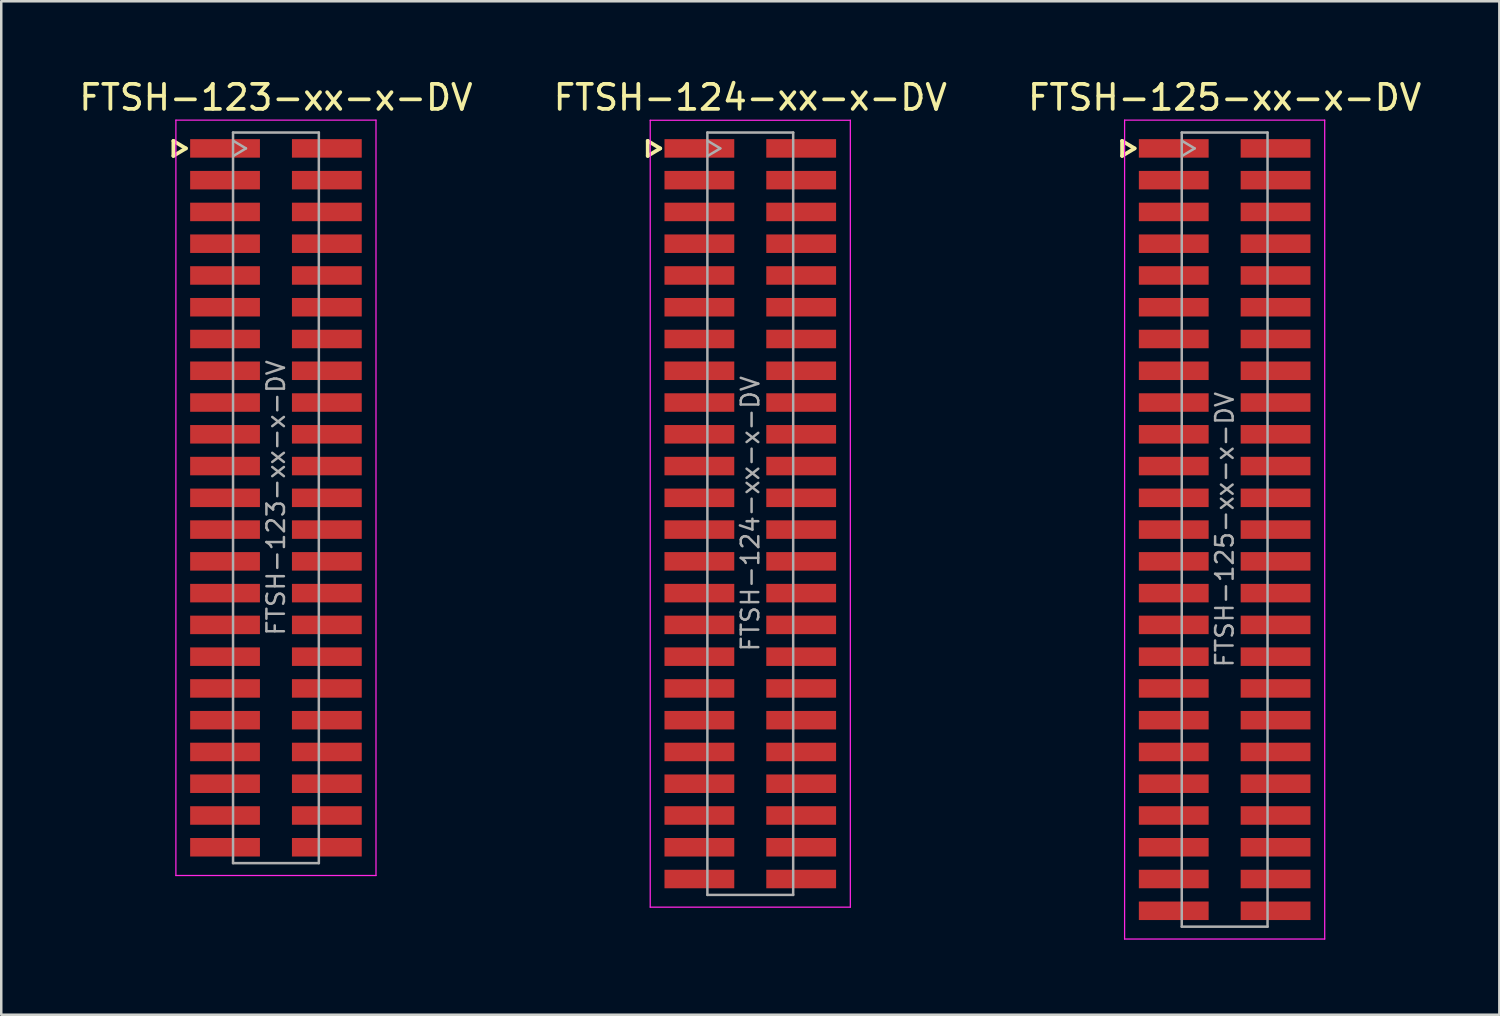
<source format=kicad_pcb>
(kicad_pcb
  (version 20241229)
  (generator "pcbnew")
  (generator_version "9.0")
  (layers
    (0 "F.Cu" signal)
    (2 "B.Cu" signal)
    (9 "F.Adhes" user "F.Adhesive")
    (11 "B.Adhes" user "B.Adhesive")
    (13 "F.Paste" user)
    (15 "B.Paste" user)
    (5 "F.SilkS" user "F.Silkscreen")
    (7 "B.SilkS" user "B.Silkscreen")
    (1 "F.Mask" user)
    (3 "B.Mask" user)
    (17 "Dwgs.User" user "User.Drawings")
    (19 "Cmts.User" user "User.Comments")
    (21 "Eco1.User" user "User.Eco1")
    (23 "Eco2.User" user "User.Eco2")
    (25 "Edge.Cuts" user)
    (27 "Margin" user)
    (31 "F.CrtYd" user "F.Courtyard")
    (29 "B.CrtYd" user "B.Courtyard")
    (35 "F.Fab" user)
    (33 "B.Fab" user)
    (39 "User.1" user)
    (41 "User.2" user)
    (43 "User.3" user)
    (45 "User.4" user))
  (footprint "FTSH-124-xx-x-DV"
    (layer "F.Cu")
    (at 26.946 17.488)
    (property "Reference" "FTSH-124-xx-x-DV" (at 0 -16.64 0) (layer "F.SilkS") (effects (font (size 1 1) (thickness 0.15))))
    (attr smd)
    (fp_line (start -4.1 -14.905) (end -4.1 -14.305) (stroke (width 0.15) (type solid)) (layer "F.SilkS"))
    (fp_line (start -4.1 -14.305) (end -3.6 -14.605) (stroke (width 0.15) (type solid)) (layer "F.SilkS"))
    (fp_line (start -3.6 -14.605) (end -4.1 -14.905) (stroke (width 0.15) (type solid)) (layer "F.SilkS"))
    (fp_line (start -4 -15.73) (end 4 -15.73) (stroke (width 0.05) (type solid)) (layer "F.CrtYd"))
    (fp_line (start -4 15.73) (end -4 -15.73) (stroke (width 0.05) (type solid)) (layer "F.CrtYd"))
    (fp_line (start 4 -15.73) (end 4 15.73) (stroke (width 0.05) (type solid)) (layer "F.CrtYd"))
    (fp_line (start 4 15.73) (end -4 15.73) (stroke (width 0.05) (type solid)) (layer "F.CrtYd"))
    (fp_line (start -1.715 -15.24) (end -1.715 15.24) (stroke (width 0.1) (type solid)) (layer "F.Fab"))
    (fp_line (start -1.715 -15.24) (end 1.715 -15.24) (stroke (width 0.1) (type solid)) (layer "F.Fab"))
    (fp_line (start -1.715 15.24) (end 1.715 15.24) (stroke (width 0.1) (type solid)) (layer "F.Fab"))
    (fp_line (start -1.7 -14.305) (end -1.2 -14.605) (stroke (width 0.1) (type solid)) (layer "F.Fab"))
    (fp_line (start -1.2 -14.605) (end -1.7 -14.905) (stroke (width 0.1) (type solid)) (layer "F.Fab"))
    (fp_line (start 1.715 -15.24) (end 1.715 15.24) (stroke (width 0.1) (type solid)) (layer "F.Fab"))
    (fp_text user "${REFERENCE}" (at 0 0 270) (layer "F.Fab") (effects (font (size 0.7 0.7) (thickness 0.1))))
    (pad "1" smd rect (at -2.035 -14.605) (size 2.79 0.74) (layers "F.Cu" "F.Mask" "F.Paste"))
    (pad "2" smd rect (at 2.035 -14.605) (size 2.79 0.74) (layers "F.Cu" "F.Mask" "F.Paste"))
    (pad "3" smd rect (at -2.035 -13.335) (size 2.79 0.74) (layers "F.Cu" "F.Mask" "F.Paste"))
    (pad "4" smd rect (at 2.035 -13.335) (size 2.79 0.74) (layers "F.Cu" "F.Mask" "F.Paste"))
    (pad "5" smd rect (at -2.035 -12.065) (size 2.79 0.74) (layers "F.Cu" "F.Mask" "F.Paste"))
    (pad "6" smd rect (at 2.035 -12.065) (size 2.79 0.74) (layers "F.Cu" "F.Mask" "F.Paste"))
    (pad "7" smd rect (at -2.035 -10.795) (size 2.79 0.74) (layers "F.Cu" "F.Mask" "F.Paste"))
    (pad "8" smd rect (at 2.035 -10.795) (size 2.79 0.74) (layers "F.Cu" "F.Mask" "F.Paste"))
    (pad "9" smd rect (at -2.035 -9.525) (size 2.79 0.74) (layers "F.Cu" "F.Mask" "F.Paste"))
    (pad "10" smd rect (at 2.035 -9.525) (size 2.79 0.74) (layers "F.Cu" "F.Mask" "F.Paste"))
    (pad "11" smd rect (at -2.035 -8.255) (size 2.79 0.74) (layers "F.Cu" "F.Mask" "F.Paste"))
    (pad "12" smd rect (at 2.035 -8.255) (size 2.79 0.74) (layers "F.Cu" "F.Mask" "F.Paste"))
    (pad "13" smd rect (at -2.035 -6.985) (size 2.79 0.74) (layers "F.Cu" "F.Mask" "F.Paste"))
    (pad "14" smd rect (at 2.035 -6.985) (size 2.79 0.74) (layers "F.Cu" "F.Mask" "F.Paste"))
    (pad "15" smd rect (at -2.035 -5.715) (size 2.79 0.74) (layers "F.Cu" "F.Mask" "F.Paste"))
    (pad "16" smd rect (at 2.035 -5.715) (size 2.79 0.74) (layers "F.Cu" "F.Mask" "F.Paste"))
    (pad "17" smd rect (at -2.035 -4.445) (size 2.79 0.74) (layers "F.Cu" "F.Mask" "F.Paste"))
    (pad "18" smd rect (at 2.035 -4.445) (size 2.79 0.74) (layers "F.Cu" "F.Mask" "F.Paste"))
    (pad "19" smd rect (at -2.035 -3.175) (size 2.79 0.74) (layers "F.Cu" "F.Mask" "F.Paste"))
    (pad "20" smd rect (at 2.035 -3.175) (size 2.79 0.74) (layers "F.Cu" "F.Mask" "F.Paste"))
    (pad "21" smd rect (at -2.035 -1.905) (size 2.79 0.74) (layers "F.Cu" "F.Mask" "F.Paste"))
    (pad "22" smd rect (at 2.035 -1.905) (size 2.79 0.74) (layers "F.Cu" "F.Mask" "F.Paste"))
    (pad "23" smd rect (at -2.035 -0.635) (size 2.79 0.74) (layers "F.Cu" "F.Mask" "F.Paste"))
    (pad "24" smd rect (at 2.035 -0.635) (size 2.79 0.74) (layers "F.Cu" "F.Mask" "F.Paste"))
    (pad "25" smd rect (at -2.035 0.635) (size 2.79 0.74) (layers "F.Cu" "F.Mask" "F.Paste"))
    (pad "26" smd rect (at 2.035 0.635) (size 2.79 0.74) (layers "F.Cu" "F.Mask" "F.Paste"))
    (pad "27" smd rect (at -2.035 1.905) (size 2.79 0.74) (layers "F.Cu" "F.Mask" "F.Paste"))
    (pad "28" smd rect (at 2.035 1.905) (size 2.79 0.74) (layers "F.Cu" "F.Mask" "F.Paste"))
    (pad "29" smd rect (at -2.035 3.175) (size 2.79 0.74) (layers "F.Cu" "F.Mask" "F.Paste"))
    (pad "30" smd rect (at 2.035 3.175) (size 2.79 0.74) (layers "F.Cu" "F.Mask" "F.Paste"))
    (pad "31" smd rect (at -2.035 4.445) (size 2.79 0.74) (layers "F.Cu" "F.Mask" "F.Paste"))
    (pad "32" smd rect (at 2.035 4.445) (size 2.79 0.74) (layers "F.Cu" "F.Mask" "F.Paste"))
    (pad "33" smd rect (at -2.035 5.715) (size 2.79 0.74) (layers "F.Cu" "F.Mask" "F.Paste"))
    (pad "34" smd rect (at 2.035 5.715) (size 2.79 0.74) (layers "F.Cu" "F.Mask" "F.Paste"))
    (pad "35" smd rect (at -2.035 6.985) (size 2.79 0.74) (layers "F.Cu" "F.Mask" "F.Paste"))
    (pad "36" smd rect (at 2.035 6.985) (size 2.79 0.74) (layers "F.Cu" "F.Mask" "F.Paste"))
    (pad "37" smd rect (at -2.035 8.255) (size 2.79 0.74) (layers "F.Cu" "F.Mask" "F.Paste"))
    (pad "38" smd rect (at 2.035 8.255) (size 2.79 0.74) (layers "F.Cu" "F.Mask" "F.Paste"))
    (pad "39" smd rect (at -2.035 9.525) (size 2.79 0.74) (layers "F.Cu" "F.Mask" "F.Paste"))
    (pad "40" smd rect (at 2.035 9.525) (size 2.79 0.74) (layers "F.Cu" "F.Mask" "F.Paste"))
    (pad "41" smd rect (at -2.035 10.795) (size 2.79 0.74) (layers "F.Cu" "F.Mask" "F.Paste"))
    (pad "42" smd rect (at 2.035 10.795) (size 2.79 0.74) (layers "F.Cu" "F.Mask" "F.Paste"))
    (pad "43" smd rect (at -2.035 12.065) (size 2.79 0.74) (layers "F.Cu" "F.Mask" "F.Paste"))
    (pad "44" smd rect (at 2.035 12.065) (size 2.79 0.74) (layers "F.Cu" "F.Mask" "F.Paste"))
    (pad "45" smd rect (at -2.035 13.335) (size 2.79 0.74) (layers "F.Cu" "F.Mask" "F.Paste"))
    (pad "46" smd rect (at 2.035 13.335) (size 2.79 0.74) (layers "F.Cu" "F.Mask" "F.Paste"))
    (pad "47" smd rect (at -2.035 14.605) (size 2.79 0.74) (layers "F.Cu" "F.Mask" "F.Paste"))
    (pad "48" smd rect (at 2.035 14.605) (size 2.79 0.74) (layers "F.Cu" "F.Mask" "F.Paste")))
  (footprint "FTSH-125-xx-x-DV"
    (layer "F.Cu")
    (at 45.911 18.123)
    (property "Reference" "FTSH-125-xx-x-DV" (at 0 -17.275 0) (layer "F.SilkS") (effects (font (size 1 1) (thickness 0.15))))
    (attr smd)
    (fp_line (start -4.1 -15.54) (end -4.1 -14.94) (stroke (width 0.15) (type solid)) (layer "F.SilkS"))
    (fp_line (start -4.1 -14.94) (end -3.6 -15.24) (stroke (width 0.15) (type solid)) (layer "F.SilkS"))
    (fp_line (start -3.6 -15.24) (end -4.1 -15.54) (stroke (width 0.15) (type solid)) (layer "F.SilkS"))
    (fp_line (start -4 -16.37) (end 4 -16.37) (stroke (width 0.05) (type solid)) (layer "F.CrtYd"))
    (fp_line (start -4 16.37) (end -4 -16.37) (stroke (width 0.05) (type solid)) (layer "F.CrtYd"))
    (fp_line (start 4 -16.37) (end 4 16.37) (stroke (width 0.05) (type solid)) (layer "F.CrtYd"))
    (fp_line (start 4 16.37) (end -4 16.37) (stroke (width 0.05) (type solid)) (layer "F.CrtYd"))
    (fp_line (start -1.715 -15.875) (end -1.715 15.875) (stroke (width 0.1) (type solid)) (layer "F.Fab"))
    (fp_line (start -1.715 -15.875) (end 1.715 -15.875) (stroke (width 0.1) (type solid)) (layer "F.Fab"))
    (fp_line (start -1.715 15.875) (end 1.715 15.875) (stroke (width 0.1) (type solid)) (layer "F.Fab"))
    (fp_line (start -1.7 -14.94) (end -1.2 -15.24) (stroke (width 0.1) (type solid)) (layer "F.Fab"))
    (fp_line (start -1.2 -15.24) (end -1.7 -15.54) (stroke (width 0.1) (type solid)) (layer "F.Fab"))
    (fp_line (start 1.715 -15.875) (end 1.715 15.875) (stroke (width 0.1) (type solid)) (layer "F.Fab"))
    (fp_text user "${REFERENCE}" (at 0 0 270) (layer "F.Fab") (effects (font (size 0.7 0.7) (thickness 0.1))))
    (pad "1" smd rect (at -2.035 -15.24) (size 2.79 0.74) (layers "F.Cu" "F.Mask" "F.Paste"))
    (pad "2" smd rect (at 2.035 -15.24) (size 2.79 0.74) (layers "F.Cu" "F.Mask" "F.Paste"))
    (pad "3" smd rect (at -2.035 -13.97) (size 2.79 0.74) (layers "F.Cu" "F.Mask" "F.Paste"))
    (pad "4" smd rect (at 2.035 -13.97) (size 2.79 0.74) (layers "F.Cu" "F.Mask" "F.Paste"))
    (pad "5" smd rect (at -2.035 -12.7) (size 2.79 0.74) (layers "F.Cu" "F.Mask" "F.Paste"))
    (pad "6" smd rect (at 2.035 -12.7) (size 2.79 0.74) (layers "F.Cu" "F.Mask" "F.Paste"))
    (pad "7" smd rect (at -2.035 -11.43) (size 2.79 0.74) (layers "F.Cu" "F.Mask" "F.Paste"))
    (pad "8" smd rect (at 2.035 -11.43) (size 2.79 0.74) (layers "F.Cu" "F.Mask" "F.Paste"))
    (pad "9" smd rect (at -2.035 -10.16) (size 2.79 0.74) (layers "F.Cu" "F.Mask" "F.Paste"))
    (pad "10" smd rect (at 2.035 -10.16) (size 2.79 0.74) (layers "F.Cu" "F.Mask" "F.Paste"))
    (pad "11" smd rect (at -2.035 -8.89) (size 2.79 0.74) (layers "F.Cu" "F.Mask" "F.Paste"))
    (pad "12" smd rect (at 2.035 -8.89) (size 2.79 0.74) (layers "F.Cu" "F.Mask" "F.Paste"))
    (pad "13" smd rect (at -2.035 -7.62) (size 2.79 0.74) (layers "F.Cu" "F.Mask" "F.Paste"))
    (pad "14" smd rect (at 2.035 -7.62) (size 2.79 0.74) (layers "F.Cu" "F.Mask" "F.Paste"))
    (pad "15" smd rect (at -2.035 -6.35) (size 2.79 0.74) (layers "F.Cu" "F.Mask" "F.Paste"))
    (pad "16" smd rect (at 2.035 -6.35) (size 2.79 0.74) (layers "F.Cu" "F.Mask" "F.Paste"))
    (pad "17" smd rect (at -2.035 -5.08) (size 2.79 0.74) (layers "F.Cu" "F.Mask" "F.Paste"))
    (pad "18" smd rect (at 2.035 -5.08) (size 2.79 0.74) (layers "F.Cu" "F.Mask" "F.Paste"))
    (pad "19" smd rect (at -2.035 -3.81) (size 2.79 0.74) (layers "F.Cu" "F.Mask" "F.Paste"))
    (pad "20" smd rect (at 2.035 -3.81) (size 2.79 0.74) (layers "F.Cu" "F.Mask" "F.Paste"))
    (pad "21" smd rect (at -2.035 -2.54) (size 2.79 0.74) (layers "F.Cu" "F.Mask" "F.Paste"))
    (pad "22" smd rect (at 2.035 -2.54) (size 2.79 0.74) (layers "F.Cu" "F.Mask" "F.Paste"))
    (pad "23" smd rect (at -2.035 -1.27) (size 2.79 0.74) (layers "F.Cu" "F.Mask" "F.Paste"))
    (pad "24" smd rect (at 2.035 -1.27) (size 2.79 0.74) (layers "F.Cu" "F.Mask" "F.Paste"))
    (pad "25" smd rect (at -2.035 0) (size 2.79 0.74) (layers "F.Cu" "F.Mask" "F.Paste"))
    (pad "26" smd rect (at 2.035 0) (size 2.79 0.74) (layers "F.Cu" "F.Mask" "F.Paste"))
    (pad "27" smd rect (at -2.035 1.27) (size 2.79 0.74) (layers "F.Cu" "F.Mask" "F.Paste"))
    (pad "28" smd rect (at 2.035 1.27) (size 2.79 0.74) (layers "F.Cu" "F.Mask" "F.Paste"))
    (pad "29" smd rect (at -2.035 2.54) (size 2.79 0.74) (layers "F.Cu" "F.Mask" "F.Paste"))
    (pad "30" smd rect (at 2.035 2.54) (size 2.79 0.74) (layers "F.Cu" "F.Mask" "F.Paste"))
    (pad "31" smd rect (at -2.035 3.81) (size 2.79 0.74) (layers "F.Cu" "F.Mask" "F.Paste"))
    (pad "32" smd rect (at 2.035 3.81) (size 2.79 0.74) (layers "F.Cu" "F.Mask" "F.Paste"))
    (pad "33" smd rect (at -2.035 5.08) (size 2.79 0.74) (layers "F.Cu" "F.Mask" "F.Paste"))
    (pad "34" smd rect (at 2.035 5.08) (size 2.79 0.74) (layers "F.Cu" "F.Mask" "F.Paste"))
    (pad "35" smd rect (at -2.035 6.35) (size 2.79 0.74) (layers "F.Cu" "F.Mask" "F.Paste"))
    (pad "36" smd rect (at 2.035 6.35) (size 2.79 0.74) (layers "F.Cu" "F.Mask" "F.Paste"))
    (pad "37" smd rect (at -2.035 7.62) (size 2.79 0.74) (layers "F.Cu" "F.Mask" "F.Paste"))
    (pad "38" smd rect (at 2.035 7.62) (size 2.79 0.74) (layers "F.Cu" "F.Mask" "F.Paste"))
    (pad "39" smd rect (at -2.035 8.89) (size 2.79 0.74) (layers "F.Cu" "F.Mask" "F.Paste"))
    (pad "40" smd rect (at 2.035 8.89) (size 2.79 0.74) (layers "F.Cu" "F.Mask" "F.Paste"))
    (pad "41" smd rect (at -2.035 10.16) (size 2.79 0.74) (layers "F.Cu" "F.Mask" "F.Paste"))
    (pad "42" smd rect (at 2.035 10.16) (size 2.79 0.74) (layers "F.Cu" "F.Mask" "F.Paste"))
    (pad "43" smd rect (at -2.035 11.43) (size 2.79 0.74) (layers "F.Cu" "F.Mask" "F.Paste"))
    (pad "44" smd rect (at 2.035 11.43) (size 2.79 0.74) (layers "F.Cu" "F.Mask" "F.Paste"))
    (pad "45" smd rect (at -2.035 12.7) (size 2.79 0.74) (layers "F.Cu" "F.Mask" "F.Paste"))
    (pad "46" smd rect (at 2.035 12.7) (size 2.79 0.74) (layers "F.Cu" "F.Mask" "F.Paste"))
    (pad "47" smd rect (at -2.035 13.97) (size 2.79 0.74) (layers "F.Cu" "F.Mask" "F.Paste"))
    (pad "48" smd rect (at 2.035 13.97) (size 2.79 0.74) (layers "F.Cu" "F.Mask" "F.Paste"))
    (pad "49" smd rect (at -2.035 15.24) (size 2.79 0.74) (layers "F.Cu" "F.Mask" "F.Paste"))
    (pad "50" smd rect (at 2.035 15.24) (size 2.79 0.74) (layers "F.Cu" "F.Mask" "F.Paste")))
  (footprint "FTSH-123-xx-x-DV"
    (layer "F.Cu")
    (at 7.982 16.853)
    (property "Reference" "FTSH-123-xx-x-DV" (at 0 -16.005 0) (layer "F.SilkS") (effects (font (size 1 1) (thickness 0.15))))
    (attr smd)
    (fp_line (start -4.1 -14.27) (end -4.1 -13.67) (stroke (width 0.15) (type solid)) (layer "F.SilkS"))
    (fp_line (start -4.1 -13.67) (end -3.6 -13.97) (stroke (width 0.15) (type solid)) (layer "F.SilkS"))
    (fp_line (start -3.6 -13.97) (end -4.1 -14.27) (stroke (width 0.15) (type solid)) (layer "F.SilkS"))
    (fp_line (start -4 -15.1) (end 4 -15.1) (stroke (width 0.05) (type solid)) (layer "F.CrtYd"))
    (fp_line (start -4 15.1) (end -4 -15.1) (stroke (width 0.05) (type solid)) (layer "F.CrtYd"))
    (fp_line (start 4 -15.1) (end 4 15.1) (stroke (width 0.05) (type solid)) (layer "F.CrtYd"))
    (fp_line (start 4 15.1) (end -4 15.1) (stroke (width 0.05) (type solid)) (layer "F.CrtYd"))
    (fp_line (start -1.715 -14.605) (end -1.715 14.605) (stroke (width 0.1) (type solid)) (layer "F.Fab"))
    (fp_line (start -1.715 -14.605) (end 1.715 -14.605) (stroke (width 0.1) (type solid)) (layer "F.Fab"))
    (fp_line (start -1.715 14.605) (end 1.715 14.605) (stroke (width 0.1) (type solid)) (layer "F.Fab"))
    (fp_line (start -1.7 -13.67) (end -1.2 -13.97) (stroke (width 0.1) (type solid)) (layer "F.Fab"))
    (fp_line (start -1.2 -13.97) (end -1.7 -14.27) (stroke (width 0.1) (type solid)) (layer "F.Fab"))
    (fp_line (start 1.715 -14.605) (end 1.715 14.605) (stroke (width 0.1) (type solid)) (layer "F.Fab"))
    (fp_text user "${REFERENCE}" (at 0 0 270) (layer "F.Fab") (effects (font (size 0.7 0.7) (thickness 0.1))))
    (pad "1" smd rect (at -2.035 -13.97) (size 2.79 0.74) (layers "F.Cu" "F.Mask" "F.Paste"))
    (pad "2" smd rect (at 2.035 -13.97) (size 2.79 0.74) (layers "F.Cu" "F.Mask" "F.Paste"))
    (pad "3" smd rect (at -2.035 -12.7) (size 2.79 0.74) (layers "F.Cu" "F.Mask" "F.Paste"))
    (pad "4" smd rect (at 2.035 -12.7) (size 2.79 0.74) (layers "F.Cu" "F.Mask" "F.Paste"))
    (pad "5" smd rect (at -2.035 -11.43) (size 2.79 0.74) (layers "F.Cu" "F.Mask" "F.Paste"))
    (pad "6" smd rect (at 2.035 -11.43) (size 2.79 0.74) (layers "F.Cu" "F.Mask" "F.Paste"))
    (pad "7" smd rect (at -2.035 -10.16) (size 2.79 0.74) (layers "F.Cu" "F.Mask" "F.Paste"))
    (pad "8" smd rect (at 2.035 -10.16) (size 2.79 0.74) (layers "F.Cu" "F.Mask" "F.Paste"))
    (pad "9" smd rect (at -2.035 -8.89) (size 2.79 0.74) (layers "F.Cu" "F.Mask" "F.Paste"))
    (pad "10" smd rect (at 2.035 -8.89) (size 2.79 0.74) (layers "F.Cu" "F.Mask" "F.Paste"))
    (pad "11" smd rect (at -2.035 -7.62) (size 2.79 0.74) (layers "F.Cu" "F.Mask" "F.Paste"))
    (pad "12" smd rect (at 2.035 -7.62) (size 2.79 0.74) (layers "F.Cu" "F.Mask" "F.Paste"))
    (pad "13" smd rect (at -2.035 -6.35) (size 2.79 0.74) (layers "F.Cu" "F.Mask" "F.Paste"))
    (pad "14" smd rect (at 2.035 -6.35) (size 2.79 0.74) (layers "F.Cu" "F.Mask" "F.Paste"))
    (pad "15" smd rect (at -2.035 -5.08) (size 2.79 0.74) (layers "F.Cu" "F.Mask" "F.Paste"))
    (pad "16" smd rect (at 2.035 -5.08) (size 2.79 0.74) (layers "F.Cu" "F.Mask" "F.Paste"))
    (pad "17" smd rect (at -2.035 -3.81) (size 2.79 0.74) (layers "F.Cu" "F.Mask" "F.Paste"))
    (pad "18" smd rect (at 2.035 -3.81) (size 2.79 0.74) (layers "F.Cu" "F.Mask" "F.Paste"))
    (pad "19" smd rect (at -2.035 -2.54) (size 2.79 0.74) (layers "F.Cu" "F.Mask" "F.Paste"))
    (pad "20" smd rect (at 2.035 -2.54) (size 2.79 0.74) (layers "F.Cu" "F.Mask" "F.Paste"))
    (pad "21" smd rect (at -2.035 -1.27) (size 2.79 0.74) (layers "F.Cu" "F.Mask" "F.Paste"))
    (pad "22" smd rect (at 2.035 -1.27) (size 2.79 0.74) (layers "F.Cu" "F.Mask" "F.Paste"))
    (pad "23" smd rect (at -2.035 0) (size 2.79 0.74) (layers "F.Cu" "F.Mask" "F.Paste"))
    (pad "24" smd rect (at 2.035 0) (size 2.79 0.74) (layers "F.Cu" "F.Mask" "F.Paste"))
    (pad "25" smd rect (at -2.035 1.27) (size 2.79 0.74) (layers "F.Cu" "F.Mask" "F.Paste"))
    (pad "26" smd rect (at 2.035 1.27) (size 2.79 0.74) (layers "F.Cu" "F.Mask" "F.Paste"))
    (pad "27" smd rect (at -2.035 2.54) (size 2.79 0.74) (layers "F.Cu" "F.Mask" "F.Paste"))
    (pad "28" smd rect (at 2.035 2.54) (size 2.79 0.74) (layers "F.Cu" "F.Mask" "F.Paste"))
    (pad "29" smd rect (at -2.035 3.81) (size 2.79 0.74) (layers "F.Cu" "F.Mask" "F.Paste"))
    (pad "30" smd rect (at 2.035 3.81) (size 2.79 0.74) (layers "F.Cu" "F.Mask" "F.Paste"))
    (pad "31" smd rect (at -2.035 5.08) (size 2.79 0.74) (layers "F.Cu" "F.Mask" "F.Paste"))
    (pad "32" smd rect (at 2.035 5.08) (size 2.79 0.74) (layers "F.Cu" "F.Mask" "F.Paste"))
    (pad "33" smd rect (at -2.035 6.35) (size 2.79 0.74) (layers "F.Cu" "F.Mask" "F.Paste"))
    (pad "34" smd rect (at 2.035 6.35) (size 2.79 0.74) (layers "F.Cu" "F.Mask" "F.Paste"))
    (pad "35" smd rect (at -2.035 7.62) (size 2.79 0.74) (layers "F.Cu" "F.Mask" "F.Paste"))
    (pad "36" smd rect (at 2.035 7.62) (size 2.79 0.74) (layers "F.Cu" "F.Mask" "F.Paste"))
    (pad "37" smd rect (at -2.035 8.89) (size 2.79 0.74) (layers "F.Cu" "F.Mask" "F.Paste"))
    (pad "38" smd rect (at 2.035 8.89) (size 2.79 0.74) (layers "F.Cu" "F.Mask" "F.Paste"))
    (pad "39" smd rect (at -2.035 10.16) (size 2.79 0.74) (layers "F.Cu" "F.Mask" "F.Paste"))
    (pad "40" smd rect (at 2.035 10.16) (size 2.79 0.74) (layers "F.Cu" "F.Mask" "F.Paste"))
    (pad "41" smd rect (at -2.035 11.43) (size 2.79 0.74) (layers "F.Cu" "F.Mask" "F.Paste"))
    (pad "42" smd rect (at 2.035 11.43) (size 2.79 0.74) (layers "F.Cu" "F.Mask" "F.Paste"))
    (pad "43" smd rect (at -2.035 12.7) (size 2.79 0.74) (layers "F.Cu" "F.Mask" "F.Paste"))
    (pad "44" smd rect (at 2.035 12.7) (size 2.79 0.74) (layers "F.Cu" "F.Mask" "F.Paste"))
    (pad "45" smd rect (at -2.035 13.97) (size 2.79 0.74) (layers "F.Cu" "F.Mask" "F.Paste"))
    (pad "46" smd rect (at 2.035 13.97) (size 2.79 0.74) (layers "F.Cu" "F.Mask" "F.Paste")))
  (gr_rect
    (start -3 -3)
    (end 56.893 37.518)
    (stroke (width 0.1) (type default))
    (fill no)
    (layer "Edge.Cuts")))
</source>
